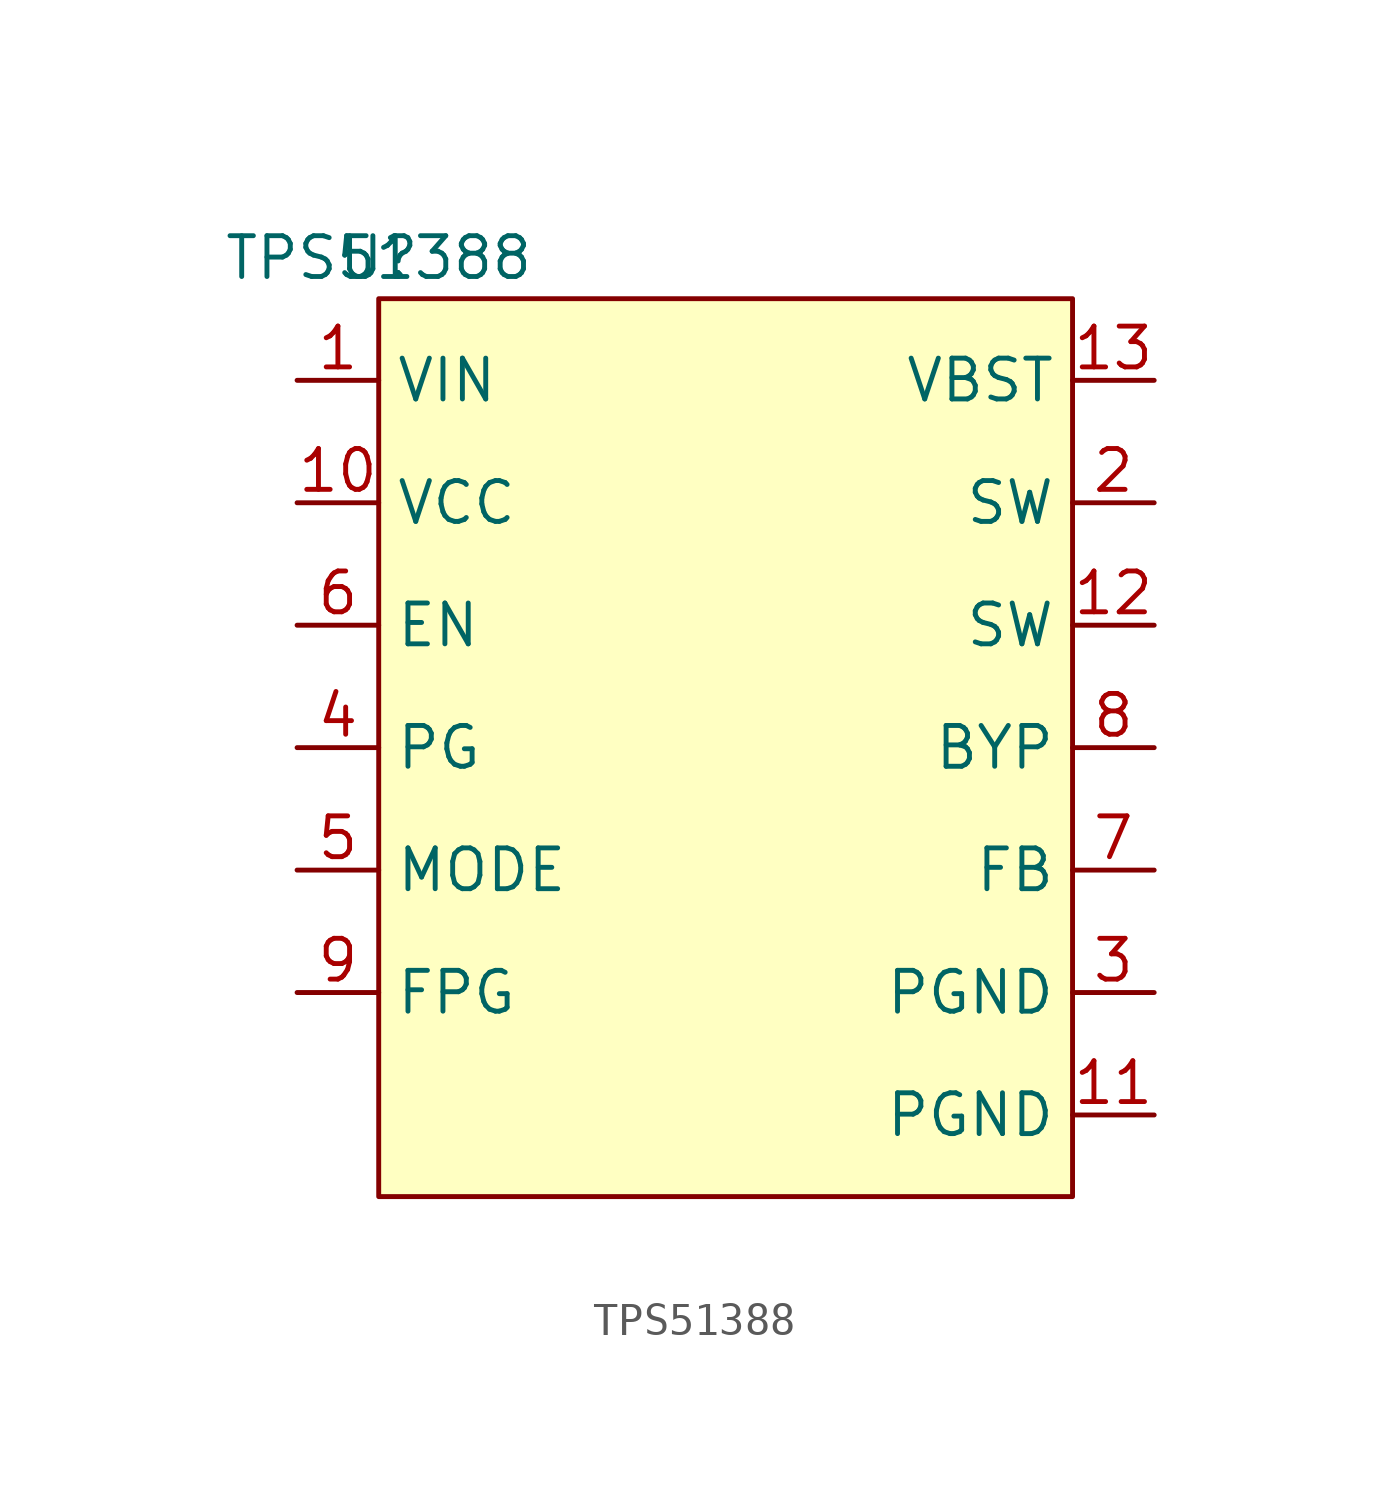
<source format=kicad_sym>
(kicad_symbol_lib
  (version 20241209)
  (generator "kicad_symbol_editor")
  (generator_version "9.0")
  (symbol "TPS51388"
    (property "Reference" "U"
      (at 0 0 0)
      (effects (font (size 1.27 1.27))))
    (property "Value" "TPS51388"
      (at 0 0 0)
      (effects (font (size 1.27 1.27))))
    (symbol "TPS51388_1_1"
      (rectangle (start 0 -1.27) (end 21.59 -29.21) (stroke (width 0) (type solid)) (fill (type color) (color 255 255 194 1)))
      (pin power_in line (at -2.54 -3.81 0) (length 2.54) (name "VIN" (effects (font (size 1.27 1.27)))) (number "1" (effects (font (size 1.27 1.27)))))
      (pin power_out line (at -2.54 -7.62 0) (length 2.54) (name "VCC" (effects (font (size 1.27 1.27)))) (number "10" (effects (font (size 1.27 1.27)))))
      (pin input line (at -2.54 -11.43 0) (length 2.54) (name "EN" (effects (font (size 1.27 1.27)))) (number "6" (effects (font (size 1.27 1.27)))))
      (pin output line (at -2.54 -15.24 0) (length 2.54) (name "PG" (effects (font (size 1.27 1.27)))) (number "4" (effects (font (size 1.27 1.27)))))
      (pin input line (at -2.54 -19.05 0) (length 2.54) (name "MODE" (effects (font (size 1.27 1.27)))) (number "5" (effects (font (size 1.27 1.27)))))
      (pin input line (at -2.54 -22.86 0) (length 2.54) (name "FPG" (effects (font (size 1.27 1.27)))) (number "9" (effects (font (size 1.27 1.27)))))
      (pin input line (at 24.13 -3.81 180) (length 2.54) (name "VBST" (effects (font (size 1.27 1.27)))) (number "13" (effects (font (size 1.27 1.27)))))
      (pin output line (at 24.13 -7.62 180) (length 2.54) (name "SW" (effects (font (size 1.27 1.27)))) (number "2" (effects (font (size 1.27 1.27)))))
      (pin output line (at 24.13 -11.43 180) (length 2.54) (name "SW" (effects (font (size 1.27 1.27)))) (number "12" (effects (font (size 1.27 1.27)))))
      (pin input line (at 24.13 -15.24 180) (length 2.54) (name "BYP" (effects (font (size 1.27 1.27)))) (number "8" (effects (font (size 1.27 1.27)))))
      (pin input line (at 24.13 -19.05 180) (length 2.54) (name "FB" (effects (font (size 1.27 1.27)))) (number "7" (effects (font (size 1.27 1.27)))))
      (pin power_in line (at 24.13 -22.86 180) (length 2.54) (name "PGND" (effects (font (size 1.27 1.27)))) (number "3" (effects (font (size 1.27 1.27)))))
      (pin power_in line (at 24.13 -26.67 180) (length 2.54) (name "PGND" (effects (font (size 1.27 1.27)))) (number "11" (effects (font (size 1.27 1.27))))))))
</source>
